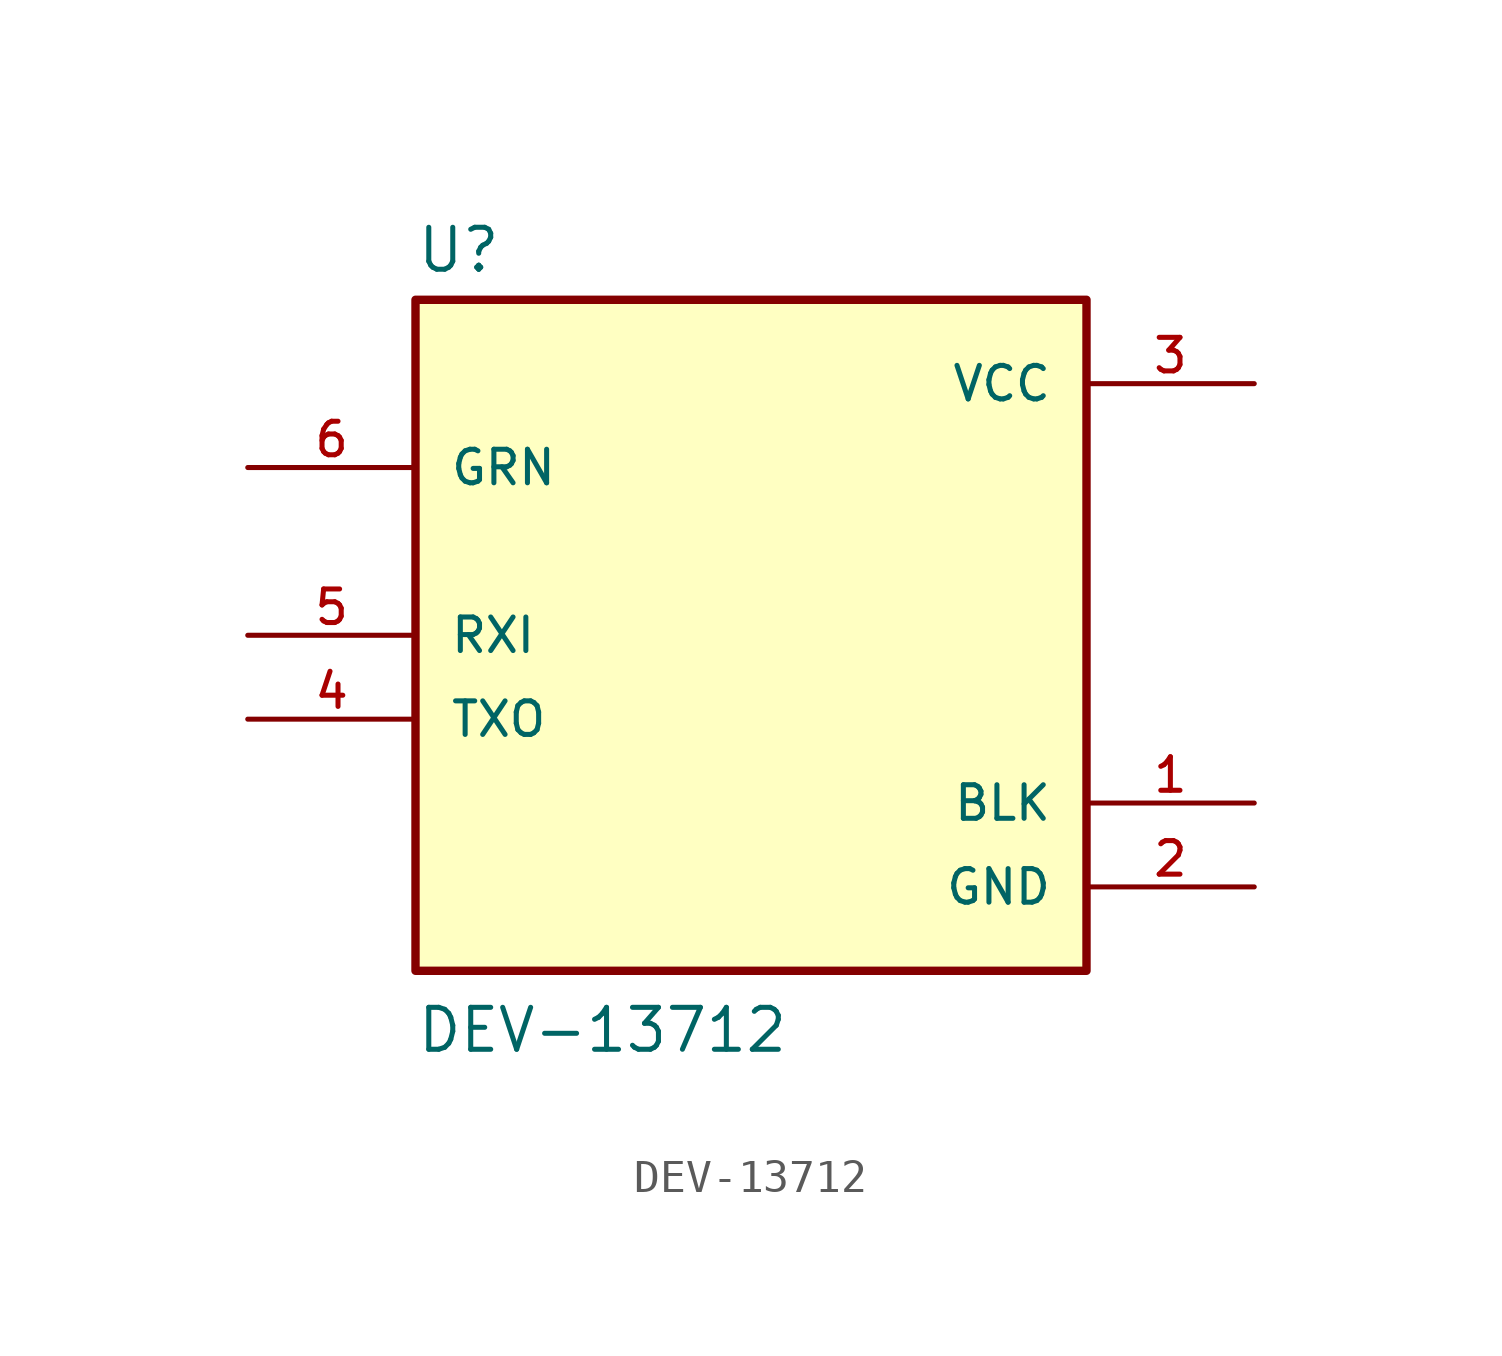
<source format=kicad_sym>
(kicad_symbol_lib
  (version 20241209)
  (generator "kicad_symbol_editor")
  (generator_version "9.0")
  (symbol "DEV-13712"
    (pin_names
      (offset 1.016))
    (property "Reference" "U"
      (at -10.16 10.922 0)
      (effects (font (size 1.27 1.27)) (justify left bottom)))
    (property "Value" "DEV-13712"
      (at -10.16 -12.7 0)
      (effects (font (size 1.27 1.27)) (justify left bottom)))
    (symbol "DEV-13712_0_0"
      (rectangle (start -10.16 -10.16) (end 10.16 10.16) (stroke (width 0.254) (type default)) (fill (type background)))
      (pin input line (at -15.24 5.08 0) (length 5.08) (name "GRN" (effects (font (size 1.016 1.016)))) (number "6" (effects (font (size 1.016 1.016)))))
      (pin input line (at -15.24 0 0) (length 5.08) (name "RXI" (effects (font (size 1.016 1.016)))) (number "5" (effects (font (size 1.016 1.016)))))
      (pin output line (at -15.24 -2.54 0) (length 5.08) (name "TXO" (effects (font (size 1.016 1.016)))) (number "4" (effects (font (size 1.016 1.016)))))
      (pin power_in line (at 15.24 7.62 180) (length 5.08) (name "VCC" (effects (font (size 1.016 1.016)))) (number "3" (effects (font (size 1.016 1.016)))))
      (pin power_in line (at 15.24 -5.08 180) (length 5.08) (name "BLK" (effects (font (size 1.016 1.016)))) (number "1" (effects (font (size 1.016 1.016)))))
      (pin power_in line (at 15.24 -7.62 180) (length 5.08) (name "GND" (effects (font (size 1.016 1.016)))) (number "2" (effects (font (size 1.016 1.016))))))))
</source>
